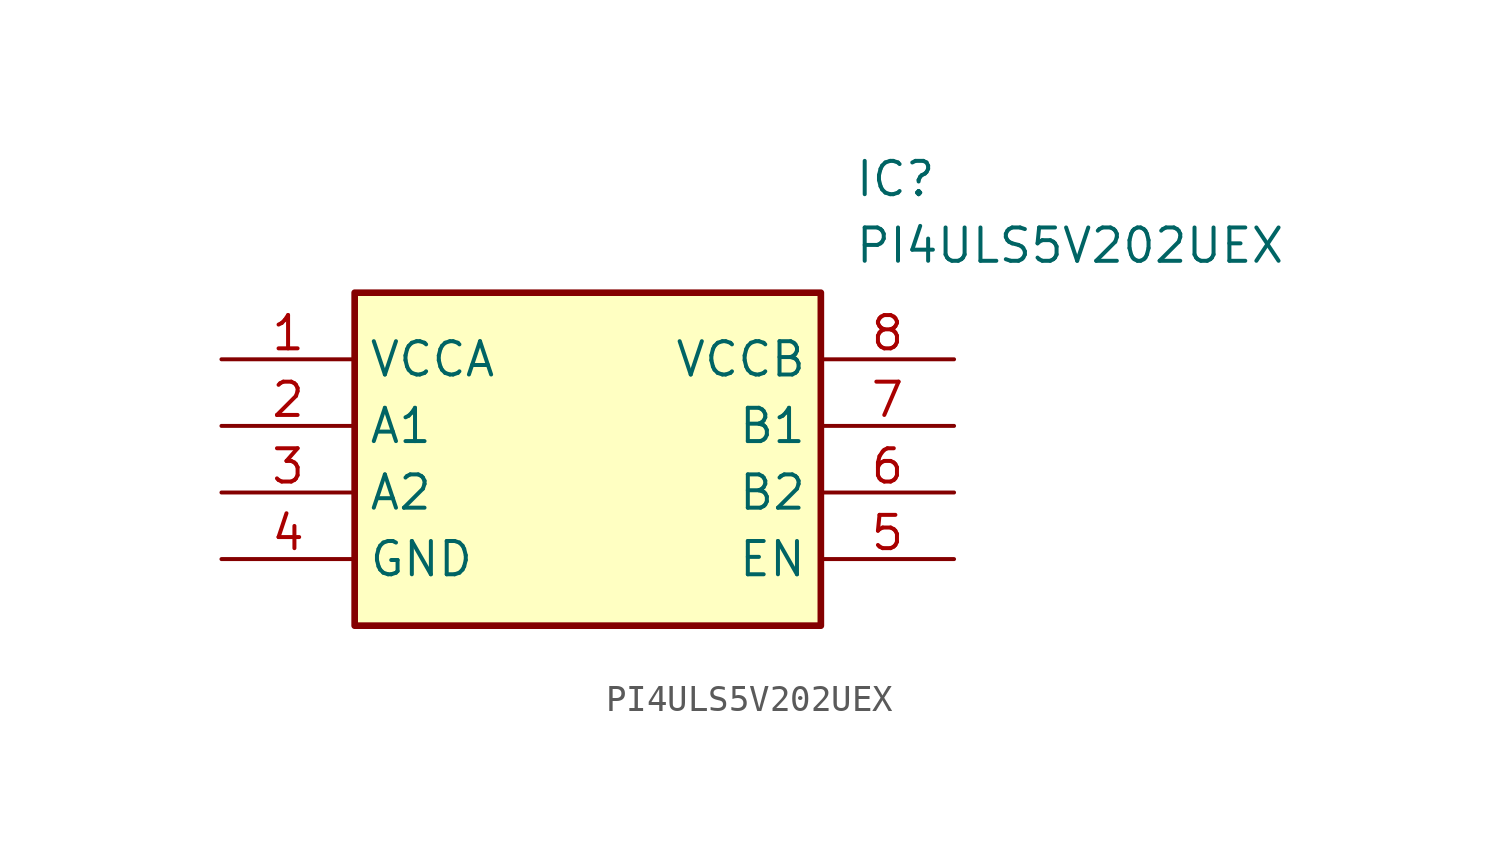
<source format=kicad_sym>
(kicad_symbol_lib
  (version 20211014)
  (generator SamacSys_ECAD_Model)
  (symbol "PI4ULS5V202UEX"
    (property "Reference" "IC"
      (at 24.13 7.62 0)
      (effects (font (size 1.27 1.27)) (justify left top)))
    (property "Value" "PI4ULS5V202UEX"
      (at 24.13 5.08 0)
      (effects (font (size 1.27 1.27)) (justify left top)))
    (rectangle
      (start 5.08 2.54)
      (end 22.86 -10.16)
      (stroke (width 0.254) (type default))
      (fill (type background)))
    (pin passive line
      (at 0 0 0)
      (length 5.08)
      (name "VCCA" (effects (font (size 1.27 1.27))))
      (number "1" (effects (font (size 1.27 1.27)))))
    (pin passive line
      (at 0 -2.54 0)
      (length 5.08)
      (name "A1" (effects (font (size 1.27 1.27))))
      (number "2" (effects (font (size 1.27 1.27)))))
    (pin passive line
      (at 0 -5.08 0)
      (length 5.08)
      (name "A2" (effects (font (size 1.27 1.27))))
      (number "3" (effects (font (size 1.27 1.27)))))
    (pin passive line
      (at 0 -7.62 0)
      (length 5.08)
      (name "GND" (effects (font (size 1.27 1.27))))
      (number "4" (effects (font (size 1.27 1.27)))))
    (pin passive line
      (at 27.94 0 180)
      (length 5.08)
      (name "VCCB" (effects (font (size 1.27 1.27))))
      (number "8" (effects (font (size 1.27 1.27)))))
    (pin passive line
      (at 27.94 -2.54 180)
      (length 5.08)
      (name "B1" (effects (font (size 1.27 1.27))))
      (number "7" (effects (font (size 1.27 1.27)))))
    (pin passive line
      (at 27.94 -5.08 180)
      (length 5.08)
      (name "B2" (effects (font (size 1.27 1.27))))
      (number "6" (effects (font (size 1.27 1.27)))))
    (pin passive line
      (at 27.94 -7.62 180)
      (length 5.08)
      (name "EN" (effects (font (size 1.27 1.27))))
      (number "5" (effects (font (size 1.27 1.27)))))))
</source>
